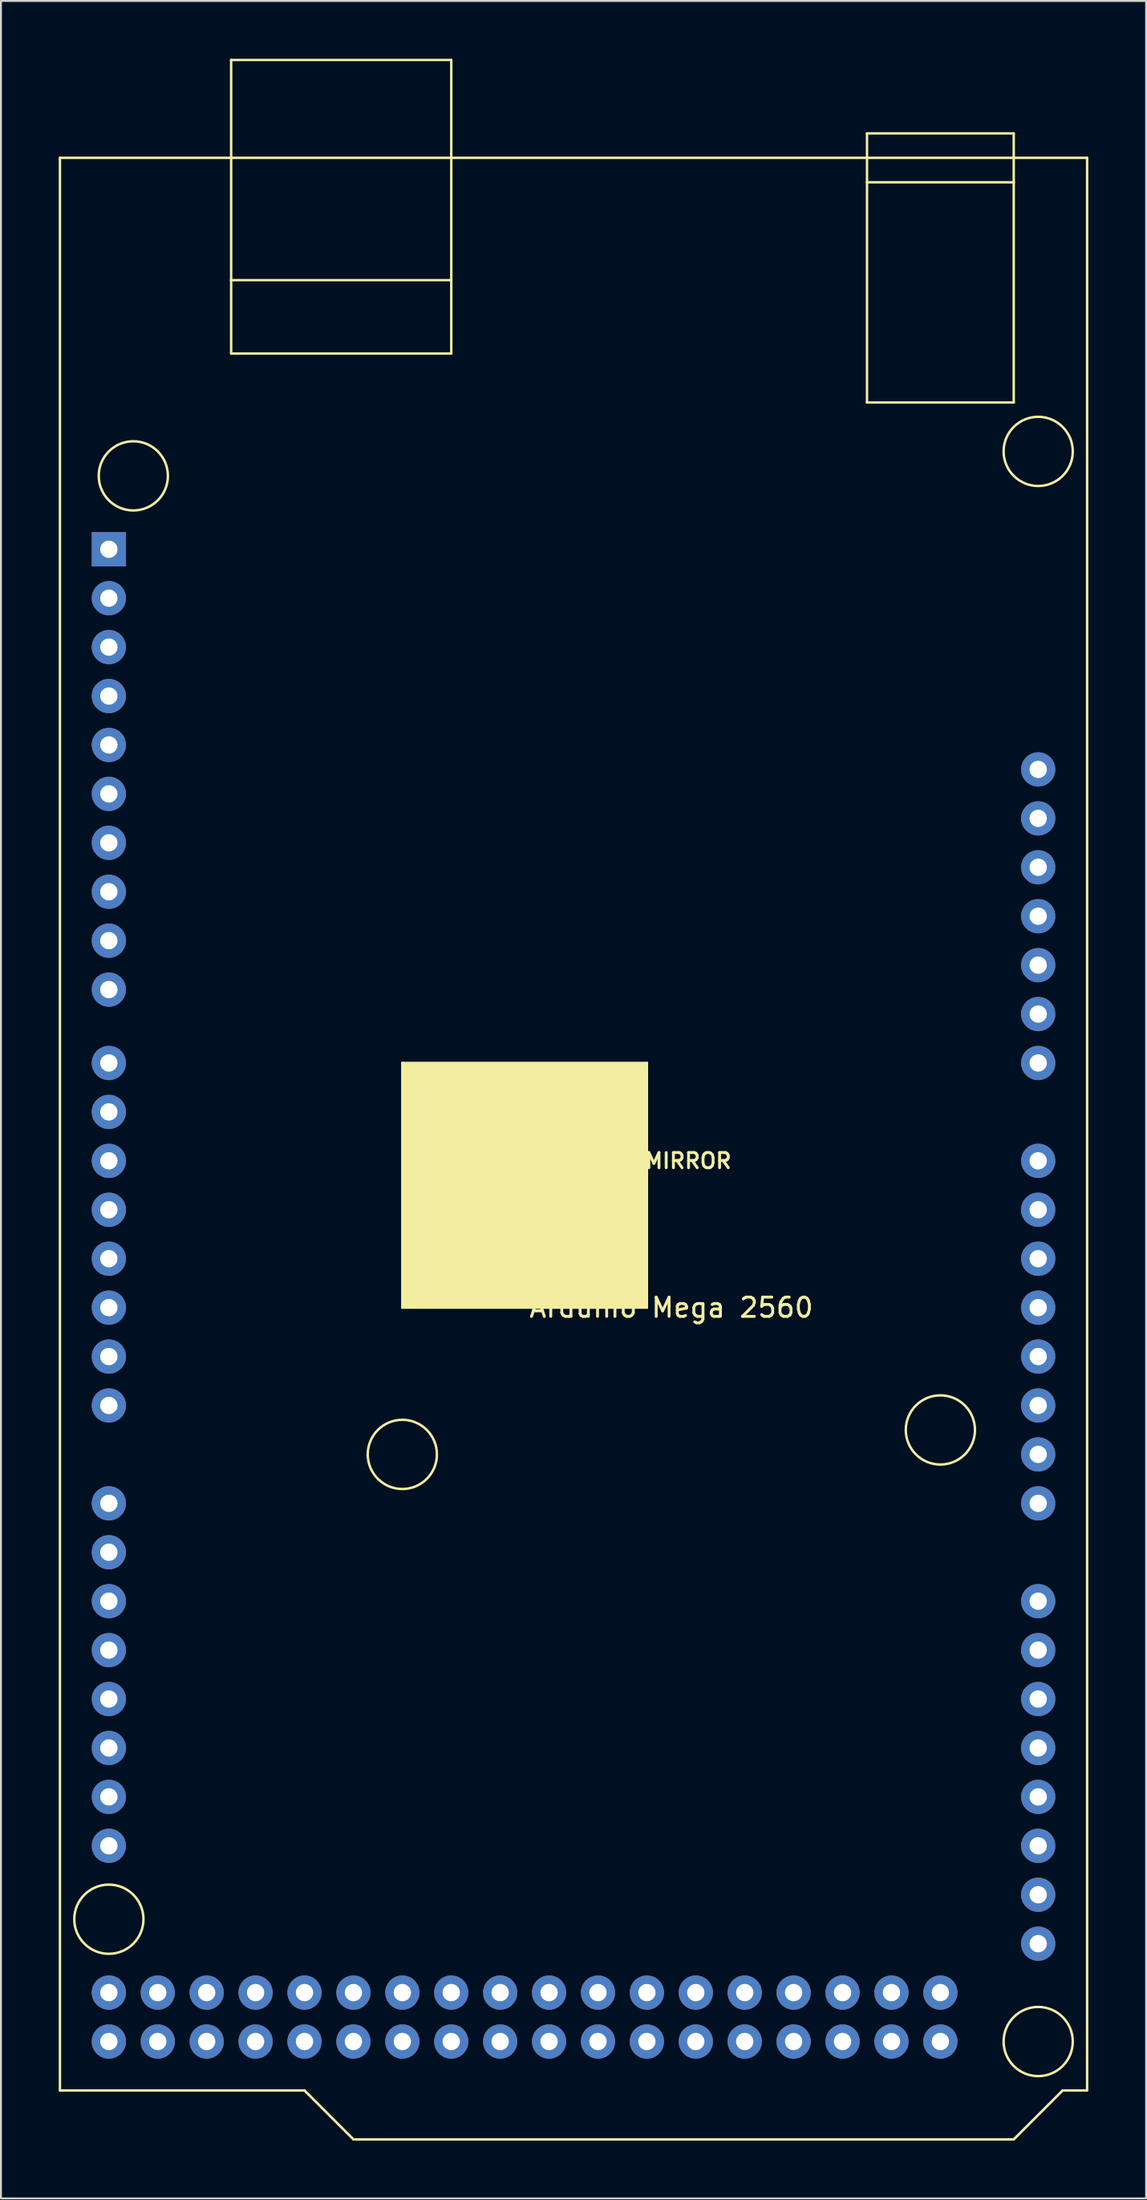
<source format=kicad_pcb>
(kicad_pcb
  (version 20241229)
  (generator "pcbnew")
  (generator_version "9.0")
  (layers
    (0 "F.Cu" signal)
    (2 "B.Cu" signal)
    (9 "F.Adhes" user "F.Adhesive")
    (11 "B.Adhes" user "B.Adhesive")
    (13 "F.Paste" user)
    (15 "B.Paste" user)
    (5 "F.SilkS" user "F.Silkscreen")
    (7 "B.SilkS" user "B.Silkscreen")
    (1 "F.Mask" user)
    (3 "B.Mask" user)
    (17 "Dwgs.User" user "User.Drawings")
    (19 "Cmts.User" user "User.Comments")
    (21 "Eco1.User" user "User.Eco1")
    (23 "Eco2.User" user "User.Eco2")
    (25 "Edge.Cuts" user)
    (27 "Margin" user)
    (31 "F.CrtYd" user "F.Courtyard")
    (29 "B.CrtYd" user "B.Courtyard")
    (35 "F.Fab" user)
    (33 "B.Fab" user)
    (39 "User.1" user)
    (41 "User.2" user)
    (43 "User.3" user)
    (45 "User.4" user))
  (footprint "ARDUINO_MEGA_MIRROR"
    (layer "F.Cu")
    (at 28.003 57.214)
    (property "Reference" "ARDUINO_MEGA_MIRROR" (at 0 0 0) (layer "F.SilkS") (effects (font (size 0.787 0.787) (thickness 0.15))))
    (attr through_hole)
    (fp_line (start -27.94 -52.07) (end -27.94 48.26) (stroke (width 0.127) (type solid)) (layer "F.SilkS"))
    (fp_line (start -27.94 -52.07) (end 25.4 -52.07) (stroke (width 0.127) (type solid)) (layer "F.SilkS"))
    (fp_line (start -27.94 48.26) (end -15.24 48.26) (stroke (width 0.127) (type solid)) (layer "F.SilkS"))
    (fp_line (start -19.05 -57.15) (end -7.62 -57.15) (stroke (width 0.127) (type solid)) (layer "F.SilkS"))
    (fp_line (start -19.05 -45.72) (end -19.05 -57.15) (stroke (width 0.127) (type solid)) (layer "F.SilkS"))
    (fp_line (start -19.05 -45.72) (end -7.62 -45.72) (stroke (width 0.127) (type solid)) (layer "F.SilkS"))
    (fp_line (start -19.05 -41.91) (end -19.05 -45.72) (stroke (width 0.127) (type solid)) (layer "F.SilkS"))
    (fp_line (start -15.24 48.26) (end -12.7 50.8) (stroke (width 0.127) (type solid)) (layer "F.SilkS"))
    (fp_line (start -12.7 50.8) (end 21.59 50.8) (stroke (width 0.127) (type solid)) (layer "F.SilkS"))
    (fp_line (start -10.16 -5.08) (end -10.16 7.62) (stroke (width 0.127) (type solid)) (layer "F.SilkS"))
    (fp_line (start -10.16 7.62) (end 2.54 7.62) (stroke (width 0.127) (type solid)) (layer "F.SilkS"))
    (fp_line (start -7.62 -57.15) (end -7.62 -45.72) (stroke (width 0.127) (type solid)) (layer "F.SilkS"))
    (fp_line (start -7.62 -45.72) (end -7.62 -41.91) (stroke (width 0.127) (type solid)) (layer "F.SilkS"))
    (fp_line (start -7.62 -41.91) (end -19.05 -41.91) (stroke (width 0.127) (type solid)) (layer "F.SilkS"))
    (fp_line (start 2.54 -5.08) (end -10.16 -5.08) (stroke (width 0.127) (type solid)) (layer "F.SilkS"))
    (fp_line (start 2.54 7.62) (end 2.54 -5.08) (stroke (width 0.127) (type solid)) (layer "F.SilkS"))
    (fp_line (start 13.97 -53.34) (end 21.59 -53.34) (stroke (width 0.127) (type solid)) (layer "F.SilkS"))
    (fp_line (start 13.97 -50.8) (end 13.97 -53.34) (stroke (width 0.127) (type solid)) (layer "F.SilkS"))
    (fp_line (start 13.97 -50.8) (end 21.59 -50.8) (stroke (width 0.127) (type solid)) (layer "F.SilkS"))
    (fp_line (start 13.97 -39.37) (end 13.97 -50.8) (stroke (width 0.127) (type solid)) (layer "F.SilkS"))
    (fp_line (start 21.59 -50.8) (end 21.59 -53.34) (stroke (width 0.127) (type solid)) (layer "F.SilkS"))
    (fp_line (start 21.59 -50.8) (end 21.59 -39.37) (stroke (width 0.127) (type solid)) (layer "F.SilkS"))
    (fp_line (start 21.59 -39.37) (end 13.97 -39.37) (stroke (width 0.127) (type solid)) (layer "F.SilkS"))
    (fp_line (start 24.13 48.26) (end 21.59 50.8) (stroke (width 0.127) (type solid)) (layer "F.SilkS"))
    (fp_line (start 25.4 -52.07) (end 25.4 48.26) (stroke (width 0.127) (type solid)) (layer "F.SilkS"))
    (fp_line (start 25.4 48.26) (end 24.13 48.26) (stroke (width 0.127) (type solid)) (layer "F.SilkS"))
    (fp_circle (center -25.4 39.37) (end -23.604 39.37) (stroke (width 0.127) (type solid)) (fill no) (layer "F.SilkS"))
    (fp_circle (center -24.13 -35.56) (end -22.334 -35.56) (stroke (width 0.127) (type solid)) (fill no) (layer "F.SilkS"))
    (fp_circle (center -10.16 15.24) (end -8.364 15.24) (stroke (width 0.127) (type solid)) (fill no) (layer "F.SilkS"))
    (fp_circle (center 17.78 13.97) (end 19.576 13.97) (stroke (width 0.127) (type solid)) (fill no) (layer "F.SilkS"))
    (fp_circle (center 22.86 -36.83) (end 24.656 -36.83) (stroke (width 0.127) (type solid)) (fill no) (layer "F.SilkS"))
    (fp_circle (center 22.86 45.72) (end 24.656 45.72) (stroke (width 0.127) (type solid)) (fill no) (layer "F.SilkS"))
    (fp_poly (pts (xy -10.16 -5.08) (xy 2.54 -5.08) (xy 2.54 7.62) (xy -10.16 7.62)) (stroke (width 0.01) (type solid)) (fill yes) (layer "F.SilkS"))
    (fp_text user "Arduino Mega 2560" (at 3.81 7.62 0) (layer "F.SilkS") (effects (font (size 1 1) (thickness 0.15))))
    (pad "3V3" thru_hole circle (at 22.86 -15.24) (size 1.778 1.778) (drill 0.9) (layers "*.Cu" "*.Mask"))
    (pad "5V@1" thru_hole circle (at 22.86 -12.7) (size 1.778 1.778) (drill 0.9) (layers "*.Cu" "*.Mask"))
    (pad "5V@2" thru_hole circle (at -25.4 43.18) (size 1.778 1.778) (drill 0.9) (layers "*.Cu" "*.Mask"))
    (pad "5V@3" thru_hole circle (at -25.4 45.72) (size 1.778 1.778) (drill 0.9) (layers "*.Cu" "*.Mask"))
    (pad "A0" thru_hole circle (at 22.86 0) (size 1.778 1.778) (drill 0.9) (layers "*.Cu" "*.Mask"))
    (pad "A1" thru_hole circle (at 22.86 2.54) (size 1.778 1.778) (drill 0.9) (layers "*.Cu" "*.Mask"))
    (pad "A2" thru_hole circle (at 22.86 5.08) (size 1.778 1.778) (drill 0.9) (layers "*.Cu" "*.Mask"))
    (pad "A3" thru_hole circle (at 22.86 7.62) (size 1.778 1.778) (drill 0.9) (layers "*.Cu" "*.Mask"))
    (pad "A4" thru_hole circle (at 22.86 10.16) (size 1.778 1.778) (drill 0.9) (layers "*.Cu" "*.Mask"))
    (pad "A5" thru_hole circle (at 22.86 12.7) (size 1.778 1.778) (drill 0.9) (layers "*.Cu" "*.Mask"))
    (pad "A6" thru_hole circle (at 22.86 15.24) (size 1.778 1.778) (drill 0.9) (layers "*.Cu" "*.Mask"))
    (pad "A7" thru_hole circle (at 22.86 17.78) (size 1.778 1.778) (drill 0.9) (layers "*.Cu" "*.Mask"))
    (pad "A8" thru_hole circle (at 22.86 22.86) (size 1.778 1.778) (drill 0.9) (layers "*.Cu" "*.Mask"))
    (pad "A9" thru_hole circle (at 22.86 25.4) (size 1.778 1.778) (drill 0.9) (layers "*.Cu" "*.Mask"))
    (pad "A10" thru_hole circle (at 22.86 27.94) (size 1.778 1.778) (drill 0.9) (layers "*.Cu" "*.Mask"))
    (pad "A11" thru_hole circle (at 22.86 30.48) (size 1.778 1.778) (drill 0.9) (layers "*.Cu" "*.Mask"))
    (pad "A12" thru_hole circle (at 22.86 33.02) (size 1.778 1.778) (drill 0.9) (layers "*.Cu" "*.Mask"))
    (pad "A13" thru_hole circle (at 22.86 35.56) (size 1.778 1.778) (drill 0.9) (layers "*.Cu" "*.Mask"))
    (pad "A14" thru_hole circle (at 22.86 38.1) (size 1.778 1.778) (drill 0.9) (layers "*.Cu" "*.Mask"))
    (pad "A15" thru_hole circle (at 22.86 40.64) (size 1.778 1.778) (drill 0.9) (layers "*.Cu" "*.Mask"))
    (pad "AREF" thru_hole circle (at -25.4 -26.67) (size 1.778 1.778) (drill 0.9) (layers "*.Cu" "*.Mask"))
    (pad "D0" thru_hole circle (at -25.4 12.7) (size 1.778 1.778) (drill 0.9) (layers "*.Cu" "*.Mask"))
    (pad "D1" thru_hole circle (at -25.4 10.16) (size 1.778 1.778) (drill 0.9) (layers "*.Cu" "*.Mask"))
    (pad "D2" thru_hole circle (at -25.4 7.62) (size 1.778 1.778) (drill 0.9) (layers "*.Cu" "*.Mask"))
    (pad "D3" thru_hole circle (at -25.4 5.08) (size 1.778 1.778) (drill 0.9) (layers "*.Cu" "*.Mask"))
    (pad "D4" thru_hole circle (at -25.4 2.54) (size 1.778 1.778) (drill 0.9) (layers "*.Cu" "*.Mask"))
    (pad "D5" thru_hole circle (at -25.4 0) (size 1.778 1.778) (drill 0.9) (layers "*.Cu" "*.Mask"))
    (pad "D6" thru_hole circle (at -25.4 -2.54) (size 1.778 1.778) (drill 0.9) (layers "*.Cu" "*.Mask"))
    (pad "D7" thru_hole circle (at -25.4 -5.08) (size 1.778 1.778) (drill 0.9) (layers "*.Cu" "*.Mask"))
    (pad "D8" thru_hole circle (at -25.4 -8.89) (size 1.778 1.778) (drill 0.9) (layers "*.Cu" "*.Mask"))
    (pad "D9" thru_hole circle (at -25.4 -11.43) (size 1.778 1.778) (drill 0.9) (layers "*.Cu" "*.Mask"))
    (pad "D10" thru_hole circle (at -25.4 -13.97) (size 1.778 1.778) (drill 0.9) (layers "*.Cu" "*.Mask"))
    (pad "D11" thru_hole circle (at -25.4 -16.51) (size 1.778 1.778) (drill 0.9) (layers "*.Cu" "*.Mask"))
    (pad "D12" thru_hole circle (at -25.4 -19.05) (size 1.778 1.778) (drill 0.9) (layers "*.Cu" "*.Mask"))
    (pad "D13" thru_hole circle (at -25.4 -21.59) (size 1.778 1.778) (drill 0.9) (layers "*.Cu" "*.Mask"))
    (pad "D14" thru_hole circle (at -25.4 17.78) (size 1.778 1.778) (drill 0.9) (layers "*.Cu" "*.Mask"))
    (pad "D15" thru_hole circle (at -25.4 20.32) (size 1.778 1.778) (drill 0.9) (layers "*.Cu" "*.Mask"))
    (pad "D16" thru_hole circle (at -25.4 22.86) (size 1.778 1.778) (drill 0.9) (layers "*.Cu" "*.Mask"))
    (pad "D17" thru_hole circle (at -25.4 25.4) (size 1.778 1.778) (drill 0.9) (layers "*.Cu" "*.Mask"))
    (pad "D18" thru_hole circle (at -25.4 27.94) (size 1.778 1.778) (drill 0.9) (layers "*.Cu" "*.Mask"))
    (pad "D19" thru_hole circle (at -25.4 30.48) (size 1.778 1.778) (drill 0.9) (layers "*.Cu" "*.Mask"))
    (pad "D20" thru_hole circle (at -25.4 33.02) (size 1.778 1.778) (drill 0.9) (layers "*.Cu" "*.Mask"))
    (pad "D21" thru_hole circle (at -25.4 35.56) (size 1.778 1.778) (drill 0.9) (layers "*.Cu" "*.Mask"))
    (pad "D22" thru_hole circle (at -22.86 43.18) (size 1.778 1.778) (drill 0.9) (layers "*.Cu" "*.Mask"))
    (pad "D23" thru_hole circle (at -22.86 45.72) (size 1.778 1.778) (drill 0.9) (layers "*.Cu" "*.Mask"))
    (pad "D24" thru_hole circle (at -20.32 43.18) (size 1.778 1.778) (drill 0.9) (layers "*.Cu" "*.Mask"))
    (pad "D25" thru_hole circle (at -20.32 45.72) (size 1.778 1.778) (drill 0.9) (layers "*.Cu" "*.Mask"))
    (pad "D26" thru_hole circle (at -17.78 43.18) (size 1.778 1.778) (drill 0.9) (layers "*.Cu" "*.Mask"))
    (pad "D27" thru_hole circle (at -17.78 45.72) (size 1.778 1.778) (drill 0.9) (layers "*.Cu" "*.Mask"))
    (pad "D28" thru_hole circle (at -15.24 43.18) (size 1.778 1.778) (drill 0.9) (layers "*.Cu" "*.Mask"))
    (pad "D29" thru_hole circle (at -15.24 45.72) (size 1.778 1.778) (drill 0.9) (layers "*.Cu" "*.Mask"))
    (pad "D30" thru_hole circle (at -12.7 43.18) (size 1.778 1.778) (drill 0.9) (layers "*.Cu" "*.Mask"))
    (pad "D31" thru_hole circle (at -12.7 45.72) (size 1.778 1.778) (drill 0.9) (layers "*.Cu" "*.Mask"))
    (pad "D32" thru_hole circle (at -10.16 43.18) (size 1.778 1.778) (drill 0.9) (layers "*.Cu" "*.Mask"))
    (pad "D33" thru_hole circle (at -10.16 45.72) (size 1.778 1.778) (drill 0.9) (layers "*.Cu" "*.Mask"))
    (pad "D34" thru_hole circle (at -7.62 43.18) (size 1.778 1.778) (drill 0.9) (layers "*.Cu" "*.Mask"))
    (pad "D35" thru_hole circle (at -7.62 45.72) (size 1.778 1.778) (drill 0.9) (layers "*.Cu" "*.Mask"))
    (pad "D36" thru_hole circle (at -5.08 43.18) (size 1.778 1.778) (drill 0.9) (layers "*.Cu" "*.Mask"))
    (pad "D37" thru_hole circle (at -5.08 45.72) (size 1.778 1.778) (drill 0.9) (layers "*.Cu" "*.Mask"))
    (pad "D38" thru_hole circle (at -2.54 43.18) (size 1.778 1.778) (drill 0.9) (layers "*.Cu" "*.Mask"))
    (pad "D39" thru_hole circle (at -2.54 45.72) (size 1.778 1.778) (drill 0.9) (layers "*.Cu" "*.Mask"))
    (pad "D40" thru_hole circle (at 0 43.18) (size 1.778 1.778) (drill 0.9) (layers "*.Cu" "*.Mask"))
    (pad "D41" thru_hole circle (at 0 45.72) (size 1.778 1.778) (drill 0.9) (layers "*.Cu" "*.Mask"))
    (pad "D42" thru_hole circle (at 2.54 43.18) (size 1.778 1.778) (drill 0.9) (layers "*.Cu" "*.Mask"))
    (pad "D43" thru_hole circle (at 2.54 45.72) (size 1.778 1.778) (drill 0.9) (layers "*.Cu" "*.Mask"))
    (pad "D44" thru_hole circle (at 5.08 43.18) (size 1.778 1.778) (drill 0.9) (layers "*.Cu" "*.Mask"))
    (pad "D45" thru_hole circle (at 5.08 45.72) (size 1.778 1.778) (drill 0.9) (layers "*.Cu" "*.Mask"))
    (pad "D46" thru_hole circle (at 7.62 43.18) (size 1.778 1.778) (drill 0.9) (layers "*.Cu" "*.Mask"))
    (pad "D47" thru_hole circle (at 7.62 45.72) (size 1.778 1.778) (drill 0.9) (layers "*.Cu" "*.Mask"))
    (pad "D48" thru_hole circle (at 10.16 43.18) (size 1.778 1.778) (drill 0.9) (layers "*.Cu" "*.Mask"))
    (pad "D49" thru_hole circle (at 10.16 45.72) (size 1.778 1.778) (drill 0.9) (layers "*.Cu" "*.Mask"))
    (pad "D50" thru_hole circle (at 12.7 43.18) (size 1.778 1.778) (drill 0.9) (layers "*.Cu" "*.Mask"))
    (pad "D51" thru_hole circle (at 12.7 45.72) (size 1.778 1.778) (drill 0.9) (layers "*.Cu" "*.Mask"))
    (pad "D52" thru_hole circle (at 15.24 43.18) (size 1.778 1.778) (drill 0.9) (layers "*.Cu" "*.Mask"))
    (pad "D53" thru_hole circle (at 15.24 45.72) (size 1.778 1.778) (drill 0.9) (layers "*.Cu" "*.Mask"))
    (pad "GND@1" thru_hole circle (at -25.4 -24.13) (size 1.778 1.778) (drill 0.9) (layers "*.Cu" "*.Mask"))
    (pad "GND@2" thru_hole circle (at 22.86 -7.62) (size 1.778 1.778) (drill 0.9) (layers "*.Cu" "*.Mask"))
    (pad "GND@3" thru_hole circle (at 22.86 -10.16) (size 1.778 1.778) (drill 0.9) (layers "*.Cu" "*.Mask"))
    (pad "GND@4" thru_hole circle (at 17.78 43.18) (size 1.778 1.778) (drill 0.9) (layers "*.Cu" "*.Mask"))
    (pad "GND@5" thru_hole circle (at 17.78 45.72) (size 1.778 1.778) (drill 0.9) (layers "*.Cu" "*.Mask"))
    (pad "IOREF" thru_hole circle (at 22.86 -20.32) (size 1.778 1.778) (drill 0.9) (layers "*.Cu" "*.Mask"))
    (pad "RESET" thru_hole circle (at 22.86 -17.78) (size 1.778 1.778) (drill 0.9) (layers "*.Cu" "*.Mask"))
    (pad "SCL" thru_hole rect (at -25.4 -31.75) (size 1.778 1.778) (drill 0.9) (layers "*.Cu" "*.Mask"))
    (pad "SDA" thru_hole circle (at -25.4 -29.21) (size 1.778 1.778) (drill 0.9) (layers "*.Cu" "*.Mask"))
    (pad "VIN" thru_hole circle (at 22.86 -5.08) (size 1.778 1.778) (drill 0.9) (layers "*.Cu" "*.Mask")))
  (gr_rect
    (start -3 -3)
    (end 56.467 111.077)
    (stroke (width 0.1) (type default))
    (fill no)
    (layer "Edge.Cuts")))
</source>
